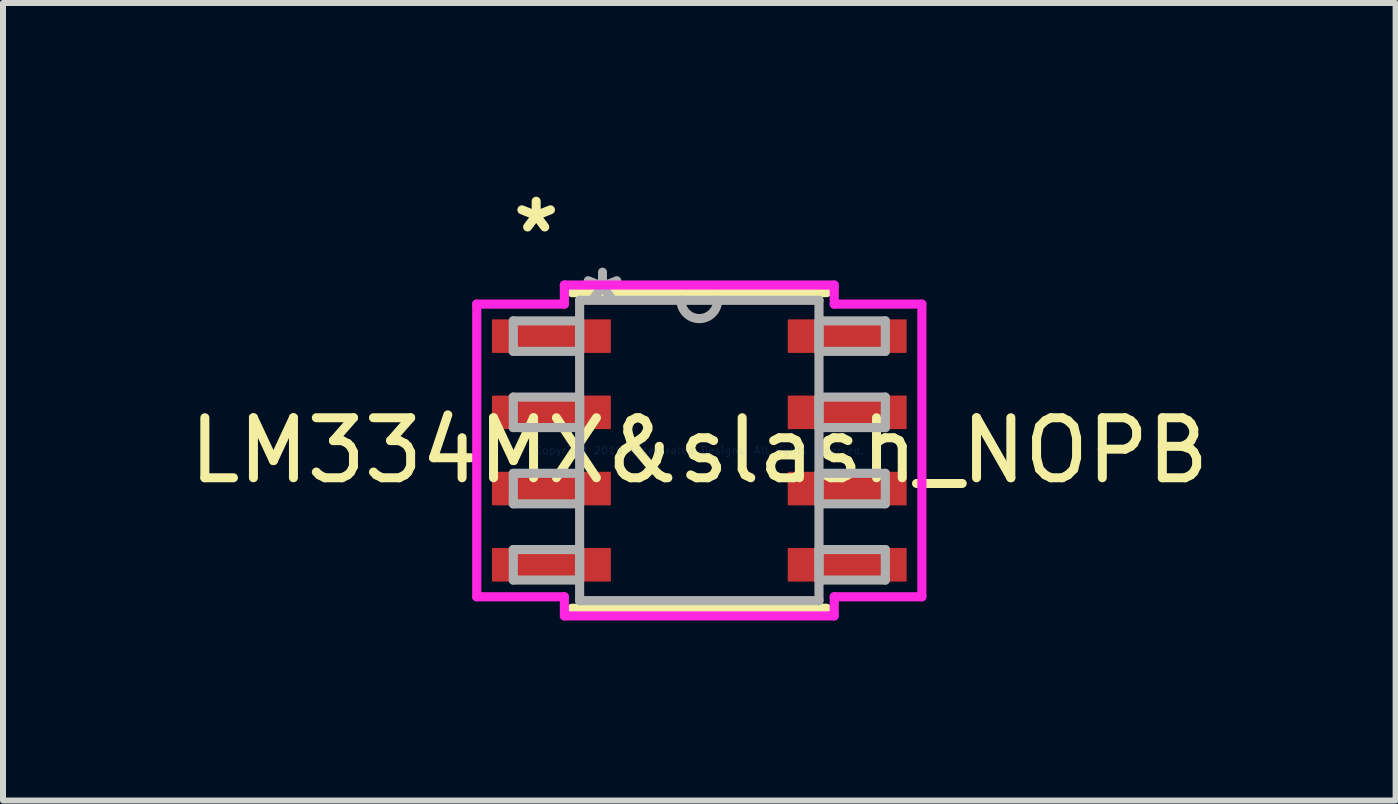
<source format=kicad_pcb>
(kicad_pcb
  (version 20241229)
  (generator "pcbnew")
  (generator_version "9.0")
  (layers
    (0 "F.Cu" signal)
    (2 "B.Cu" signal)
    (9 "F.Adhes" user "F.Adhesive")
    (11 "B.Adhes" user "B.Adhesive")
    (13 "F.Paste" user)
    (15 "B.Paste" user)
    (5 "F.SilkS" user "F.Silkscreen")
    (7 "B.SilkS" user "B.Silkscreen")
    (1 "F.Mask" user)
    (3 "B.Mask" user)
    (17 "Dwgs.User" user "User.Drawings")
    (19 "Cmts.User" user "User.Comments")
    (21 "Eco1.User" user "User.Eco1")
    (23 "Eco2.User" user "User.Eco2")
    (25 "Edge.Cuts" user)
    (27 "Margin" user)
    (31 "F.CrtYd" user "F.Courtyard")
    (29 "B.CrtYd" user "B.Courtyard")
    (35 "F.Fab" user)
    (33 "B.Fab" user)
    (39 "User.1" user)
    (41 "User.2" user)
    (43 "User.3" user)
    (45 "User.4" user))
  (footprint "LM334MX&slash_NOPB"
    (layer "F.Cu")
    (at 8.601 4.455)
    (property "Reference" "LM334MX&slash_NOPB" (at 0 0 0) (layer "F.SilkS") (effects (font (size 1 1) (thickness 0.15))))
    (attr through_hole)
    (fp_line (start -2.121 2.629) (end 2.121 2.629) (stroke (width 0.152) (type solid)) (layer "F.SilkS"))
    (fp_line (start 2.121 -2.629) (end -2.121 -2.629) (stroke (width 0.152) (type solid)) (layer "F.SilkS"))
    (fp_line (start -3.708 -2.438) (end -2.248 -2.438) (stroke (width 0.152) (type solid)) (layer "F.CrtYd"))
    (fp_line (start -3.708 2.438) (end -3.708 -2.438) (stroke (width 0.152) (type solid)) (layer "F.CrtYd"))
    (fp_line (start -2.248 -2.756) (end 2.248 -2.756) (stroke (width 0.152) (type solid)) (layer "F.CrtYd"))
    (fp_line (start -2.248 -2.438) (end -2.248 -2.756) (stroke (width 0.152) (type solid)) (layer "F.CrtYd"))
    (fp_line (start -2.248 2.438) (end -3.708 2.438) (stroke (width 0.152) (type solid)) (layer "F.CrtYd"))
    (fp_line (start -2.248 2.756) (end -2.248 2.438) (stroke (width 0.152) (type solid)) (layer "F.CrtYd"))
    (fp_line (start 2.248 -2.756) (end 2.248 -2.438) (stroke (width 0.152) (type solid)) (layer "F.CrtYd"))
    (fp_line (start 2.248 -2.438) (end 3.708 -2.438) (stroke (width 0.152) (type solid)) (layer "F.CrtYd"))
    (fp_line (start 2.248 2.438) (end 2.248 2.756) (stroke (width 0.152) (type solid)) (layer "F.CrtYd"))
    (fp_line (start 2.248 2.756) (end -2.248 2.756) (stroke (width 0.152) (type solid)) (layer "F.CrtYd"))
    (fp_line (start 3.708 -2.438) (end 3.708 2.438) (stroke (width 0.152) (type solid)) (layer "F.CrtYd"))
    (fp_line (start 3.708 2.438) (end 2.248 2.438) (stroke (width 0.152) (type solid)) (layer "F.CrtYd"))
    (fp_line (start -3.099 -2.159) (end -3.099 -1.651) (stroke (width 0.152) (type solid)) (layer "F.Fab"))
    (fp_line (start -3.099 -1.651) (end -1.994 -1.651) (stroke (width 0.152) (type solid)) (layer "F.Fab"))
    (fp_line (start -3.099 -0.889) (end -3.099 -0.381) (stroke (width 0.152) (type solid)) (layer "F.Fab"))
    (fp_line (start -3.099 -0.381) (end -1.994 -0.381) (stroke (width 0.152) (type solid)) (layer "F.Fab"))
    (fp_line (start -3.099 0.381) (end -3.099 0.889) (stroke (width 0.152) (type solid)) (layer "F.Fab"))
    (fp_line (start -3.099 0.889) (end -1.994 0.889) (stroke (width 0.152) (type solid)) (layer "F.Fab"))
    (fp_line (start -3.099 1.651) (end -3.099 2.159) (stroke (width 0.152) (type solid)) (layer "F.Fab"))
    (fp_line (start -3.099 2.159) (end -1.994 2.159) (stroke (width 0.152) (type solid)) (layer "F.Fab"))
    (fp_line (start -1.994 -2.502) (end -1.994 2.502) (stroke (width 0.152) (type solid)) (layer "F.Fab"))
    (fp_line (start -1.994 -2.159) (end -3.099 -2.159) (stroke (width 0.152) (type solid)) (layer "F.Fab"))
    (fp_line (start -1.994 -1.651) (end -1.994 -2.159) (stroke (width 0.152) (type solid)) (layer "F.Fab"))
    (fp_line (start -1.994 -0.889) (end -3.099 -0.889) (stroke (width 0.152) (type solid)) (layer "F.Fab"))
    (fp_line (start -1.994 -0.381) (end -1.994 -0.889) (stroke (width 0.152) (type solid)) (layer "F.Fab"))
    (fp_line (start -1.994 0.381) (end -3.099 0.381) (stroke (width 0.152) (type solid)) (layer "F.Fab"))
    (fp_line (start -1.994 0.889) (end -1.994 0.381) (stroke (width 0.152) (type solid)) (layer "F.Fab"))
    (fp_line (start -1.994 1.651) (end -3.099 1.651) (stroke (width 0.152) (type solid)) (layer "F.Fab"))
    (fp_line (start -1.994 2.159) (end -1.994 1.651) (stroke (width 0.152) (type solid)) (layer "F.Fab"))
    (fp_line (start -1.994 2.502) (end 1.994 2.502) (stroke (width 0.152) (type solid)) (layer "F.Fab"))
    (fp_line (start 1.994 -2.502) (end -1.994 -2.502) (stroke (width 0.152) (type solid)) (layer "F.Fab"))
    (fp_line (start 1.994 -2.159) (end 1.994 -1.651) (stroke (width 0.152) (type solid)) (layer "F.Fab"))
    (fp_line (start 1.994 -1.651) (end 3.099 -1.651) (stroke (width 0.152) (type solid)) (layer "F.Fab"))
    (fp_line (start 1.994 -0.889) (end 1.994 -0.381) (stroke (width 0.152) (type solid)) (layer "F.Fab"))
    (fp_line (start 1.994 -0.381) (end 3.099 -0.381) (stroke (width 0.152) (type solid)) (layer "F.Fab"))
    (fp_line (start 1.994 0.381) (end 1.994 0.889) (stroke (width 0.152) (type solid)) (layer "F.Fab"))
    (fp_line (start 1.994 0.889) (end 3.099 0.889) (stroke (width 0.152) (type solid)) (layer "F.Fab"))
    (fp_line (start 1.994 1.651) (end 1.994 2.159) (stroke (width 0.152) (type solid)) (layer "F.Fab"))
    (fp_line (start 1.994 2.159) (end 3.099 2.159) (stroke (width 0.152) (type solid)) (layer "F.Fab"))
    (fp_line (start 1.994 2.502) (end 1.994 -2.502) (stroke (width 0.152) (type solid)) (layer "F.Fab"))
    (fp_line (start 3.099 -2.159) (end 1.994 -2.159) (stroke (width 0.152) (type solid)) (layer "F.Fab"))
    (fp_line (start 3.099 -1.651) (end 3.099 -2.159) (stroke (width 0.152) (type solid)) (layer "F.Fab"))
    (fp_line (start 3.099 -0.889) (end 1.994 -0.889) (stroke (width 0.152) (type solid)) (layer "F.Fab"))
    (fp_line (start 3.099 -0.381) (end 3.099 -0.889) (stroke (width 0.152) (type solid)) (layer "F.Fab"))
    (fp_line (start 3.099 0.381) (end 1.994 0.381) (stroke (width 0.152) (type solid)) (layer "F.Fab"))
    (fp_line (start 3.099 0.889) (end 3.099 0.381) (stroke (width 0.152) (type solid)) (layer "F.Fab"))
    (fp_line (start 3.099 1.651) (end 1.994 1.651) (stroke (width 0.152) (type solid)) (layer "F.Fab"))
    (fp_line (start 3.099 2.159) (end 3.099 1.651) (stroke (width 0.152) (type solid)) (layer "F.Fab"))
    (fp_arc (start 0.3048 -2.5019) (mid 0 -2.1971) (end -0.3048 -2.5019) (stroke (width 0.1524) (type solid)) (layer "F.Fab"))
    (fp_text user "*" (at -2.718 -3.607 0) (layer "F.SilkS") (effects (font (size 1 1) (thickness 0.15))))
    (fp_text user "Copyright 2016 Accelerated Designs. All rights reserved." (at 0 0 0) (layer "Cmts.User") (effects (font (size 0.127 0.127) (thickness 0.002))))
    (fp_text user "*" (at -1.613 -2.426 0) (layer "F.Fab") (effects (font (size 1 1) (thickness 0.15))))
    (pad "1" smd rect (at -2.464 -1.905) (size 1.981 0.559) (layers "F.Cu" "F.Mask" "F.Paste"))
    (pad "2" smd rect (at -2.464 -0.635) (size 1.981 0.559) (layers "F.Cu" "F.Mask" "F.Paste"))
    (pad "3" smd rect (at -2.464 0.635) (size 1.981 0.559) (layers "F.Cu" "F.Mask" "F.Paste"))
    (pad "4" smd rect (at -2.464 1.905) (size 1.981 0.559) (layers "F.Cu" "F.Mask" "F.Paste"))
    (pad "5" smd rect (at 2.464 1.905) (size 1.981 0.559) (layers "F.Cu" "F.Mask" "F.Paste"))
    (pad "6" smd rect (at 2.464 0.635) (size 1.981 0.559) (layers "F.Cu" "F.Mask" "F.Paste"))
    (pad "7" smd rect (at 2.464 -0.635) (size 1.981 0.559) (layers "F.Cu" "F.Mask" "F.Paste"))
    (pad "8" smd rect (at 2.464 -1.905) (size 1.981 0.559) (layers "F.Cu" "F.Mask" "F.Paste")))
  (gr_rect
    (start -3 -3)
    (end 20.202 10.287)
    (stroke (width 0.1) (type default))
    (fill no)
    (layer "Edge.Cuts")))
</source>
